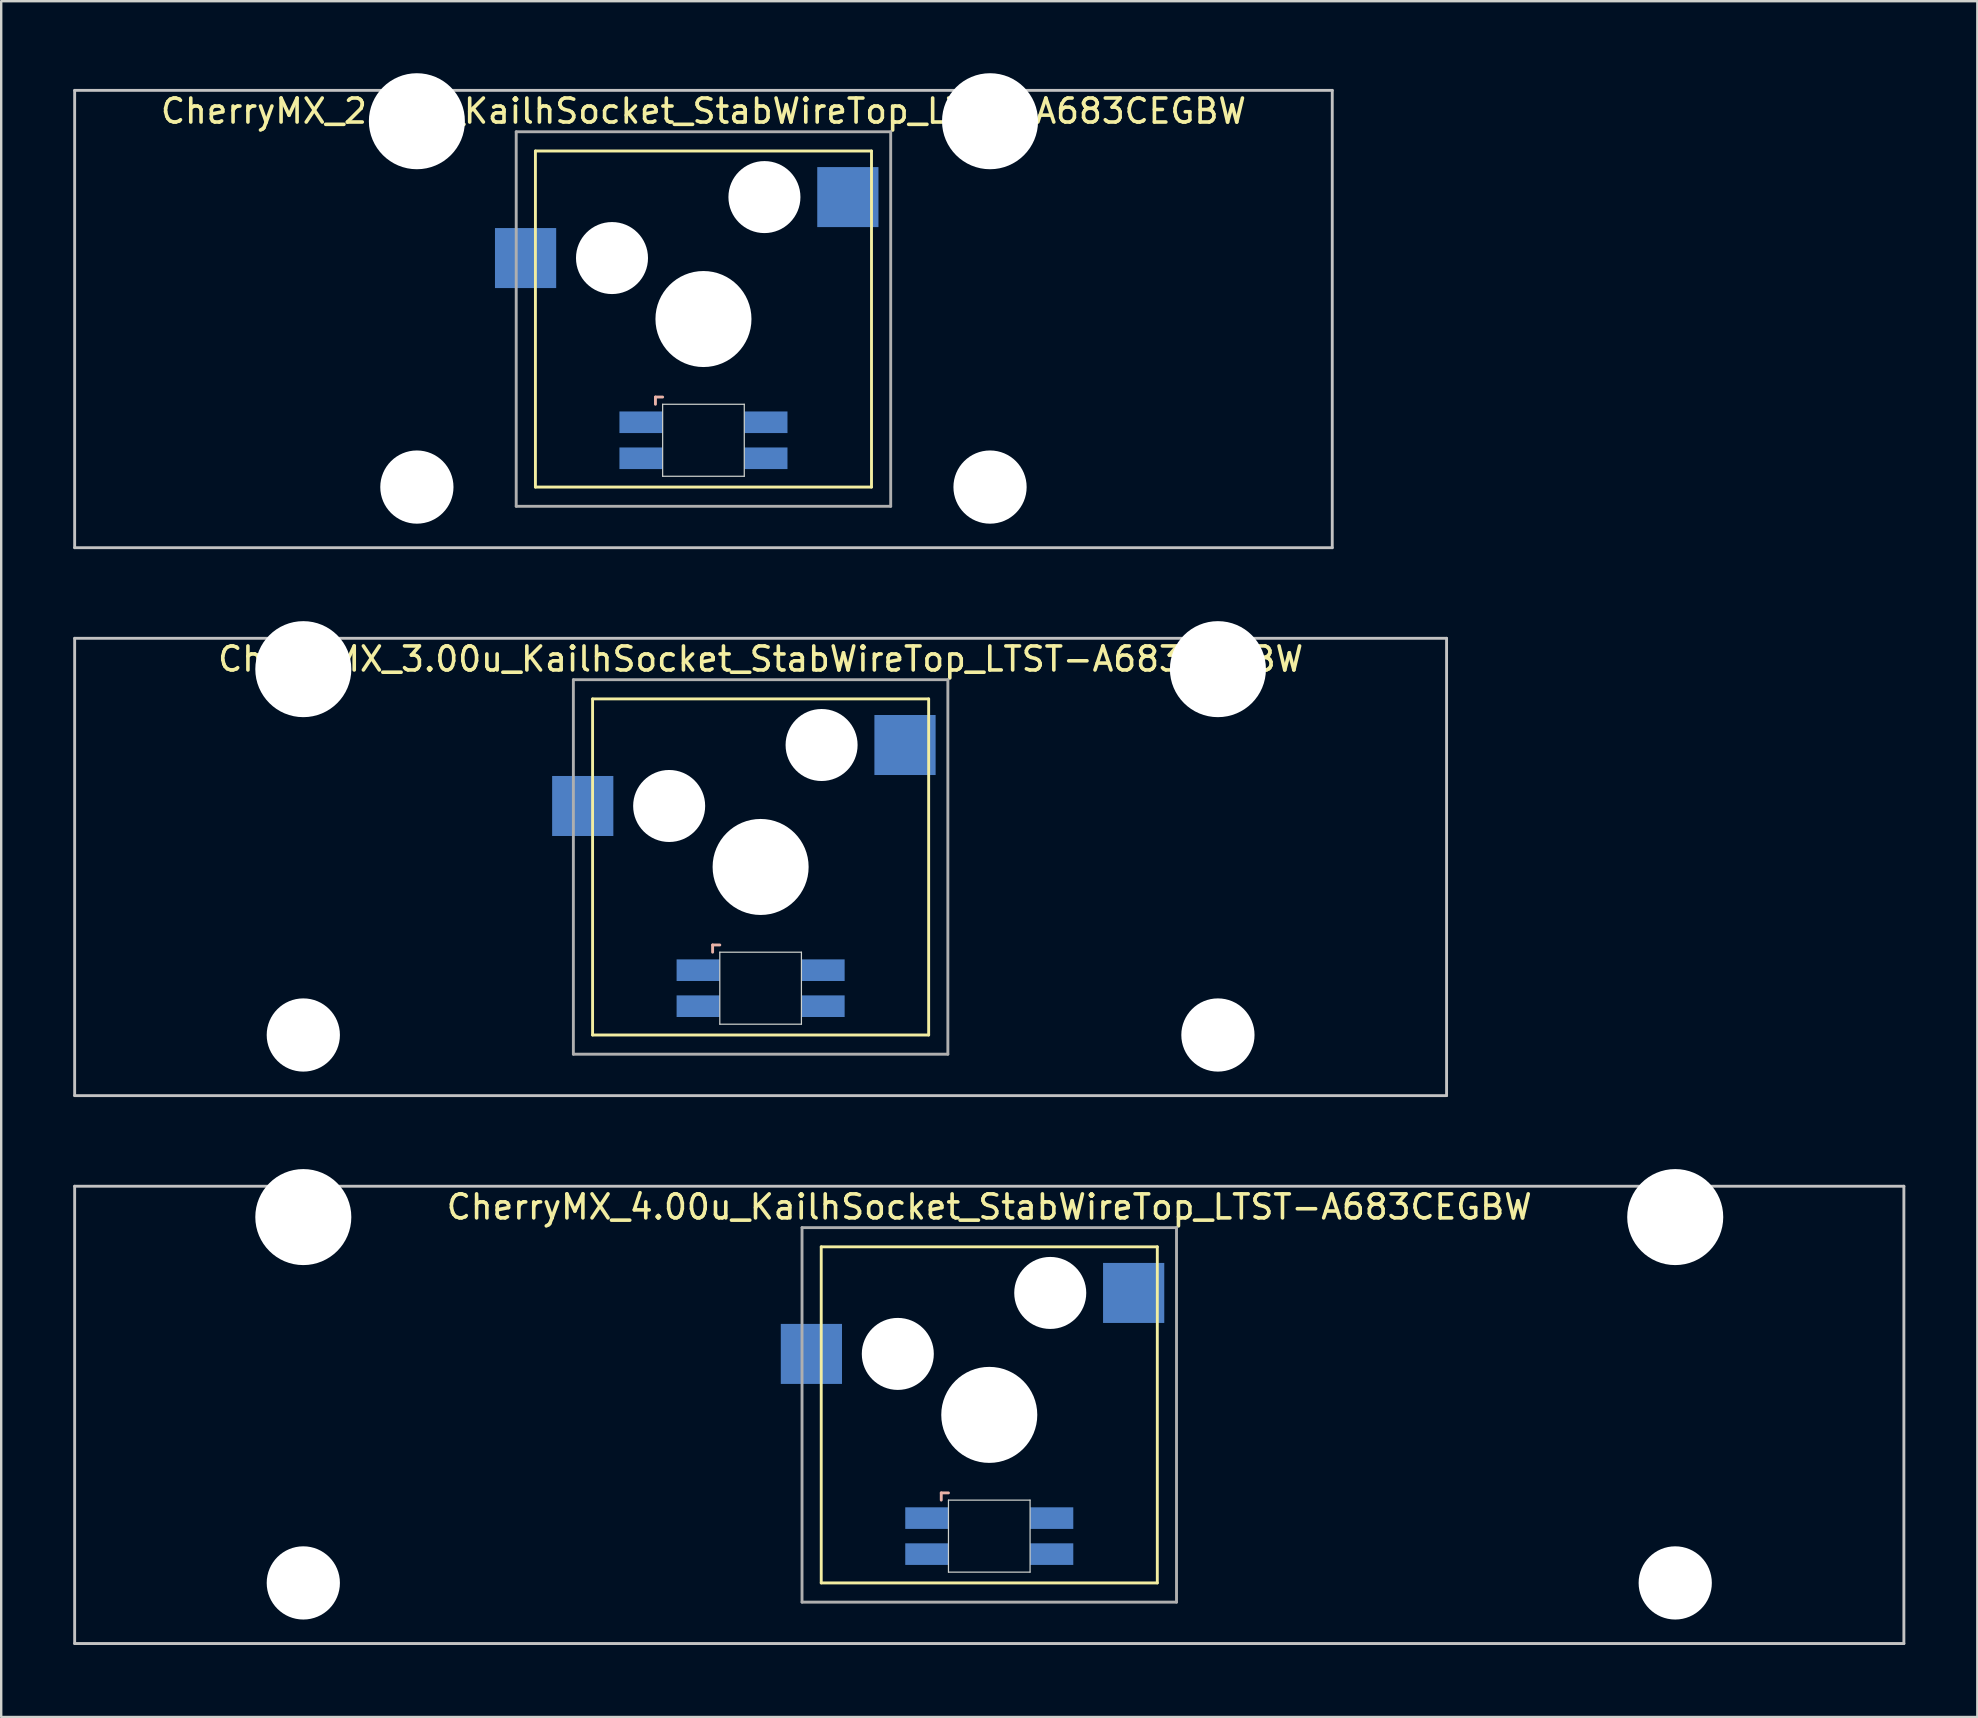
<source format=kicad_pcb>
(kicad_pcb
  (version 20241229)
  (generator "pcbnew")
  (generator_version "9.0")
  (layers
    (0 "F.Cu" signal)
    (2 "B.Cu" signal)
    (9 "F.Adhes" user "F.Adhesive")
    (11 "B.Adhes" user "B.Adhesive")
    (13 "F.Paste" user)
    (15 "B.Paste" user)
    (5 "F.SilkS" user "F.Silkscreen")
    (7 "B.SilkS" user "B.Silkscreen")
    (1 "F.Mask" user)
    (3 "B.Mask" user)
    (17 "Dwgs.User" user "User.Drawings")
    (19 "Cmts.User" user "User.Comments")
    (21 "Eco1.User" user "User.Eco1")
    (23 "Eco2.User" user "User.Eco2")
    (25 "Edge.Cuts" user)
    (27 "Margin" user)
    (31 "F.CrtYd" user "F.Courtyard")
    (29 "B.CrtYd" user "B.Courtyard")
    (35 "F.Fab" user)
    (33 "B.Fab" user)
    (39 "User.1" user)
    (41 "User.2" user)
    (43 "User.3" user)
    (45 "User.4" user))
  (footprint "CherryMX_3.00u_KailhSocket_StabWireTop_LTST-A683CEGBW"
    (layer "F.Cu")
    (at 28.635 33.065)
    (property "Reference" "CherryMX_3.00u_KailhSocket_StabWireTop_LTST-A683CEGBW" (at 0 -8.662 0) (layer "F.SilkS") (effects (font (size 1 1) (thickness 0.15))))
    (attr through_hole)
    (fp_line (start -7 -7) (end -7 7) (stroke (width 0.12) (type solid)) (layer "F.SilkS"))
    (fp_line (start -7 -7) (end 7 -7) (stroke (width 0.12) (type solid)) (layer "F.SilkS"))
    (fp_line (start 7 -7) (end 7 7) (stroke (width 0.12) (type solid)) (layer "F.SilkS"))
    (fp_line (start 7 7) (end -7 7) (stroke (width 0.12) (type solid)) (layer "F.SilkS"))
    (fp_line (start -2 3.25) (end -2 3.55) (stroke (width 0.12) (type solid)) (layer "B.SilkS"))
    (fp_line (start -1.7 3.25) (end -2 3.25) (stroke (width 0.12) (type solid)) (layer "B.SilkS"))
    (fp_line (start -28.575 -9.525) (end 28.575 -9.525) (stroke (width 0.12) (type solid)) (layer "Dwgs.User"))
    (fp_line (start -28.575 9.525) (end -28.575 -9.525) (stroke (width 0.12) (type solid)) (layer "Dwgs.User"))
    (fp_line (start 28.575 -9.525) (end 28.575 9.525) (stroke (width 0.12) (type solid)) (layer "Dwgs.User"))
    (fp_line (start 28.575 9.525) (end -28.575 9.525) (stroke (width 0.12) (type solid)) (layer "Dwgs.User"))
    (fp_line (start -1.7 3.55) (end 1.7 3.55) (stroke (width 0.05) (type solid)) (layer "Edge.Cuts"))
    (fp_line (start -1.7 6.55) (end -1.7 3.55) (stroke (width 0.05) (type solid)) (layer "Edge.Cuts"))
    (fp_line (start 1.7 3.55) (end 1.7 6.55) (stroke (width 0.05) (type solid)) (layer "Edge.Cuts"))
    (fp_line (start 1.7 6.55) (end -1.7 6.55) (stroke (width 0.05) (type solid)) (layer "Edge.Cuts"))
    (fp_line (start -7.8 -7.8) (end -7.8 7.8) (stroke (width 0.12) (type solid)) (layer "F.Fab"))
    (fp_line (start -7.8 -7.8) (end 7.8 -7.8) (stroke (width 0.12) (type solid)) (layer "F.Fab"))
    (fp_line (start -7.8 7.8) (end 7.8 7.8) (stroke (width 0.12) (type solid)) (layer "F.Fab"))
    (fp_line (start 7.8 -7.8) (end 7.8 7.8) (stroke (width 0.12) (type solid)) (layer "F.Fab"))
    (pad "" np_thru_hole circle (at -19.05 -8.24) (size 4 4) (drill 4) (layers "*.Cu" "*.Mask"))
    (pad "" np_thru_hole circle (at -19.05 7) (size 3.05 3.05) (drill 3.05) (layers "*.Cu" "*.Mask"))
    (pad "" np_thru_hole circle (at -3.81 -2.54) (size 3 3) (drill 3) (layers "*.Cu" "*.Mask"))
    (pad "" np_thru_hole circle (at 0 0) (size 4 4) (drill 4) (layers "*.Cu" "*.Mask"))
    (pad "" np_thru_hole circle (at 2.54 -5.08) (size 3 3) (drill 3) (layers "*.Cu" "*.Mask"))
    (pad "" np_thru_hole circle (at 19.05 -8.24) (size 4 4) (drill 4) (layers "*.Cu" "*.Mask"))
    (pad "" np_thru_hole circle (at 19.05 7) (size 3.05 3.05) (drill 3.05) (layers "*.Cu" "*.Mask"))
    (pad "1" smd rect (at -7.41 -2.54) (size 2.55 2.5) (layers "B.Cu" "B.Mask" "B.Paste"))
    (pad "2" smd rect (at 6.015 -5.08) (size 2.55 2.5) (layers "B.Cu" "B.Mask" "B.Paste"))
    (pad "3" smd rect (at -2.6 4.3) (size 1.8 0.9) (layers "B.Cu" "B.Mask" "B.Paste"))
    (pad "4" smd rect (at -2.6 5.8) (size 1.8 0.9) (layers "B.Cu" "B.Mask" "B.Paste"))
    (pad "5" smd rect (at 2.6 4.3) (size 1.8 0.9) (layers "B.Cu" "B.Mask" "B.Paste"))
    (pad "6" smd rect (at 2.6 5.8) (size 1.8 0.9) (layers "B.Cu" "B.Mask" "B.Paste")))
  (footprint "CherryMX_2.75u_KailhSocket_StabWireTop_LTST-A683CEGBW"
    (layer "F.Cu")
    (at 26.254 10.24)
    (property "Reference" "CherryMX_2.75u_KailhSocket_StabWireTop_LTST-A683CEGBW" (at 0 -8.662 0) (layer "F.SilkS") (effects (font (size 1 1) (thickness 0.15))))
    (attr through_hole)
    (fp_line (start -7 -7) (end -7 7) (stroke (width 0.12) (type solid)) (layer "F.SilkS"))
    (fp_line (start -7 -7) (end 7 -7) (stroke (width 0.12) (type solid)) (layer "F.SilkS"))
    (fp_line (start 7 -7) (end 7 7) (stroke (width 0.12) (type solid)) (layer "F.SilkS"))
    (fp_line (start 7 7) (end -7 7) (stroke (width 0.12) (type solid)) (layer "F.SilkS"))
    (fp_line (start -2 3.25) (end -2 3.55) (stroke (width 0.12) (type solid)) (layer "B.SilkS"))
    (fp_line (start -1.7 3.25) (end -2 3.25) (stroke (width 0.12) (type solid)) (layer "B.SilkS"))
    (fp_line (start -26.194 -9.525) (end 26.194 -9.525) (stroke (width 0.12) (type solid)) (layer "Dwgs.User"))
    (fp_line (start -26.194 9.525) (end -26.194 -9.525) (stroke (width 0.12) (type solid)) (layer "Dwgs.User"))
    (fp_line (start 26.194 -9.525) (end 26.194 9.525) (stroke (width 0.12) (type solid)) (layer "Dwgs.User"))
    (fp_line (start 26.194 9.525) (end -26.194 9.525) (stroke (width 0.12) (type solid)) (layer "Dwgs.User"))
    (fp_line (start -1.7 3.55) (end 1.7 3.55) (stroke (width 0.05) (type solid)) (layer "Edge.Cuts"))
    (fp_line (start -1.7 6.55) (end -1.7 3.55) (stroke (width 0.05) (type solid)) (layer "Edge.Cuts"))
    (fp_line (start 1.7 3.55) (end 1.7 6.55) (stroke (width 0.05) (type solid)) (layer "Edge.Cuts"))
    (fp_line (start 1.7 6.55) (end -1.7 6.55) (stroke (width 0.05) (type solid)) (layer "Edge.Cuts"))
    (fp_line (start -7.8 -7.8) (end -7.8 7.8) (stroke (width 0.12) (type solid)) (layer "F.Fab"))
    (fp_line (start -7.8 -7.8) (end 7.8 -7.8) (stroke (width 0.12) (type solid)) (layer "F.Fab"))
    (fp_line (start -7.8 7.8) (end 7.8 7.8) (stroke (width 0.12) (type solid)) (layer "F.Fab"))
    (fp_line (start 7.8 -7.8) (end 7.8 7.8) (stroke (width 0.12) (type solid)) (layer "F.Fab"))
    (pad "" np_thru_hole circle (at -11.938 -8.24) (size 4 4) (drill 4) (layers "*.Cu" "*.Mask"))
    (pad "" np_thru_hole circle (at -11.938 7) (size 3.05 3.05) (drill 3.05) (layers "*.Cu" "*.Mask"))
    (pad "" np_thru_hole circle (at -3.81 -2.54) (size 3 3) (drill 3) (layers "*.Cu" "*.Mask"))
    (pad "" np_thru_hole circle (at 0 0) (size 4 4) (drill 4) (layers "*.Cu" "*.Mask"))
    (pad "" np_thru_hole circle (at 2.54 -5.08) (size 3 3) (drill 3) (layers "*.Cu" "*.Mask"))
    (pad "" np_thru_hole circle (at 11.938 -8.24) (size 4 4) (drill 4) (layers "*.Cu" "*.Mask"))
    (pad "" np_thru_hole circle (at 11.938 7) (size 3.05 3.05) (drill 3.05) (layers "*.Cu" "*.Mask"))
    (pad "1" smd rect (at -7.41 -2.54) (size 2.55 2.5) (layers "B.Cu" "B.Mask" "B.Paste"))
    (pad "2" smd rect (at 6.015 -5.08) (size 2.55 2.5) (layers "B.Cu" "B.Mask" "B.Paste"))
    (pad "3" smd rect (at -2.6 4.3) (size 1.8 0.9) (layers "B.Cu" "B.Mask" "B.Paste"))
    (pad "4" smd rect (at -2.6 5.8) (size 1.8 0.9) (layers "B.Cu" "B.Mask" "B.Paste"))
    (pad "5" smd rect (at 2.6 4.3) (size 1.8 0.9) (layers "B.Cu" "B.Mask" "B.Paste"))
    (pad "6" smd rect (at 2.6 5.8) (size 1.8 0.9) (layers "B.Cu" "B.Mask" "B.Paste")))
  (footprint "CherryMX_4.00u_KailhSocket_StabWireTop_LTST-A683CEGBW"
    (layer "F.Cu")
    (at 38.16 55.89)
    (property "Reference" "CherryMX_4.00u_KailhSocket_StabWireTop_LTST-A683CEGBW" (at 0 -8.662 0) (layer "F.SilkS") (effects (font (size 1 1) (thickness 0.15))))
    (attr through_hole)
    (fp_line (start -7 -7) (end -7 7) (stroke (width 0.12) (type solid)) (layer "F.SilkS"))
    (fp_line (start -7 -7) (end 7 -7) (stroke (width 0.12) (type solid)) (layer "F.SilkS"))
    (fp_line (start 7 -7) (end 7 7) (stroke (width 0.12) (type solid)) (layer "F.SilkS"))
    (fp_line (start 7 7) (end -7 7) (stroke (width 0.12) (type solid)) (layer "F.SilkS"))
    (fp_line (start -2 3.25) (end -2 3.55) (stroke (width 0.12) (type solid)) (layer "B.SilkS"))
    (fp_line (start -1.7 3.25) (end -2 3.25) (stroke (width 0.12) (type solid)) (layer "B.SilkS"))
    (fp_line (start -38.1 -9.525) (end 38.1 -9.525) (stroke (width 0.12) (type solid)) (layer "Dwgs.User"))
    (fp_line (start -38.1 9.525) (end -38.1 -9.525) (stroke (width 0.12) (type solid)) (layer "Dwgs.User"))
    (fp_line (start 38.1 -9.525) (end 38.1 9.525) (stroke (width 0.12) (type solid)) (layer "Dwgs.User"))
    (fp_line (start 38.1 9.525) (end -38.1 9.525) (stroke (width 0.12) (type solid)) (layer "Dwgs.User"))
    (fp_line (start -1.7 3.55) (end 1.7 3.55) (stroke (width 0.05) (type solid)) (layer "Edge.Cuts"))
    (fp_line (start -1.7 6.55) (end -1.7 3.55) (stroke (width 0.05) (type solid)) (layer "Edge.Cuts"))
    (fp_line (start 1.7 3.55) (end 1.7 6.55) (stroke (width 0.05) (type solid)) (layer "Edge.Cuts"))
    (fp_line (start 1.7 6.55) (end -1.7 6.55) (stroke (width 0.05) (type solid)) (layer "Edge.Cuts"))
    (fp_line (start -7.8 -7.8) (end -7.8 7.8) (stroke (width 0.12) (type solid)) (layer "F.Fab"))
    (fp_line (start -7.8 -7.8) (end 7.8 -7.8) (stroke (width 0.12) (type solid)) (layer "F.Fab"))
    (fp_line (start -7.8 7.8) (end 7.8 7.8) (stroke (width 0.12) (type solid)) (layer "F.Fab"))
    (fp_line (start 7.8 -7.8) (end 7.8 7.8) (stroke (width 0.12) (type solid)) (layer "F.Fab"))
    (pad "" np_thru_hole circle (at -28.575 -8.24) (size 4 4) (drill 4) (layers "*.Cu" "*.Mask"))
    (pad "" np_thru_hole circle (at -28.575 7) (size 3.05 3.05) (drill 3.05) (layers "*.Cu" "*.Mask"))
    (pad "" np_thru_hole circle (at -3.81 -2.54) (size 3 3) (drill 3) (layers "*.Cu" "*.Mask"))
    (pad "" np_thru_hole circle (at 0 0) (size 4 4) (drill 4) (layers "*.Cu" "*.Mask"))
    (pad "" np_thru_hole circle (at 2.54 -5.08) (size 3 3) (drill 3) (layers "*.Cu" "*.Mask"))
    (pad "" np_thru_hole circle (at 28.575 -8.24) (size 4 4) (drill 4) (layers "*.Cu" "*.Mask"))
    (pad "" np_thru_hole circle (at 28.575 7) (size 3.05 3.05) (drill 3.05) (layers "*.Cu" "*.Mask"))
    (pad "1" smd rect (at -7.41 -2.54) (size 2.55 2.5) (layers "B.Cu" "B.Mask" "B.Paste"))
    (pad "2" smd rect (at 6.015 -5.08) (size 2.55 2.5) (layers "B.Cu" "B.Mask" "B.Paste"))
    (pad "3" smd rect (at -2.6 4.3) (size 1.8 0.9) (layers "B.Cu" "B.Mask" "B.Paste"))
    (pad "4" smd rect (at -2.6 5.8) (size 1.8 0.9) (layers "B.Cu" "B.Mask" "B.Paste"))
    (pad "5" smd rect (at 2.6 4.3) (size 1.8 0.9) (layers "B.Cu" "B.Mask" "B.Paste"))
    (pad "6" smd rect (at 2.6 5.8) (size 1.8 0.9) (layers "B.Cu" "B.Mask" "B.Paste")))
  (gr_rect
    (start -3 -3)
    (end 79.32 68.475)
    (stroke (width 0.1) (type default))
    (fill no)
    (layer "Edge.Cuts")))
</source>
